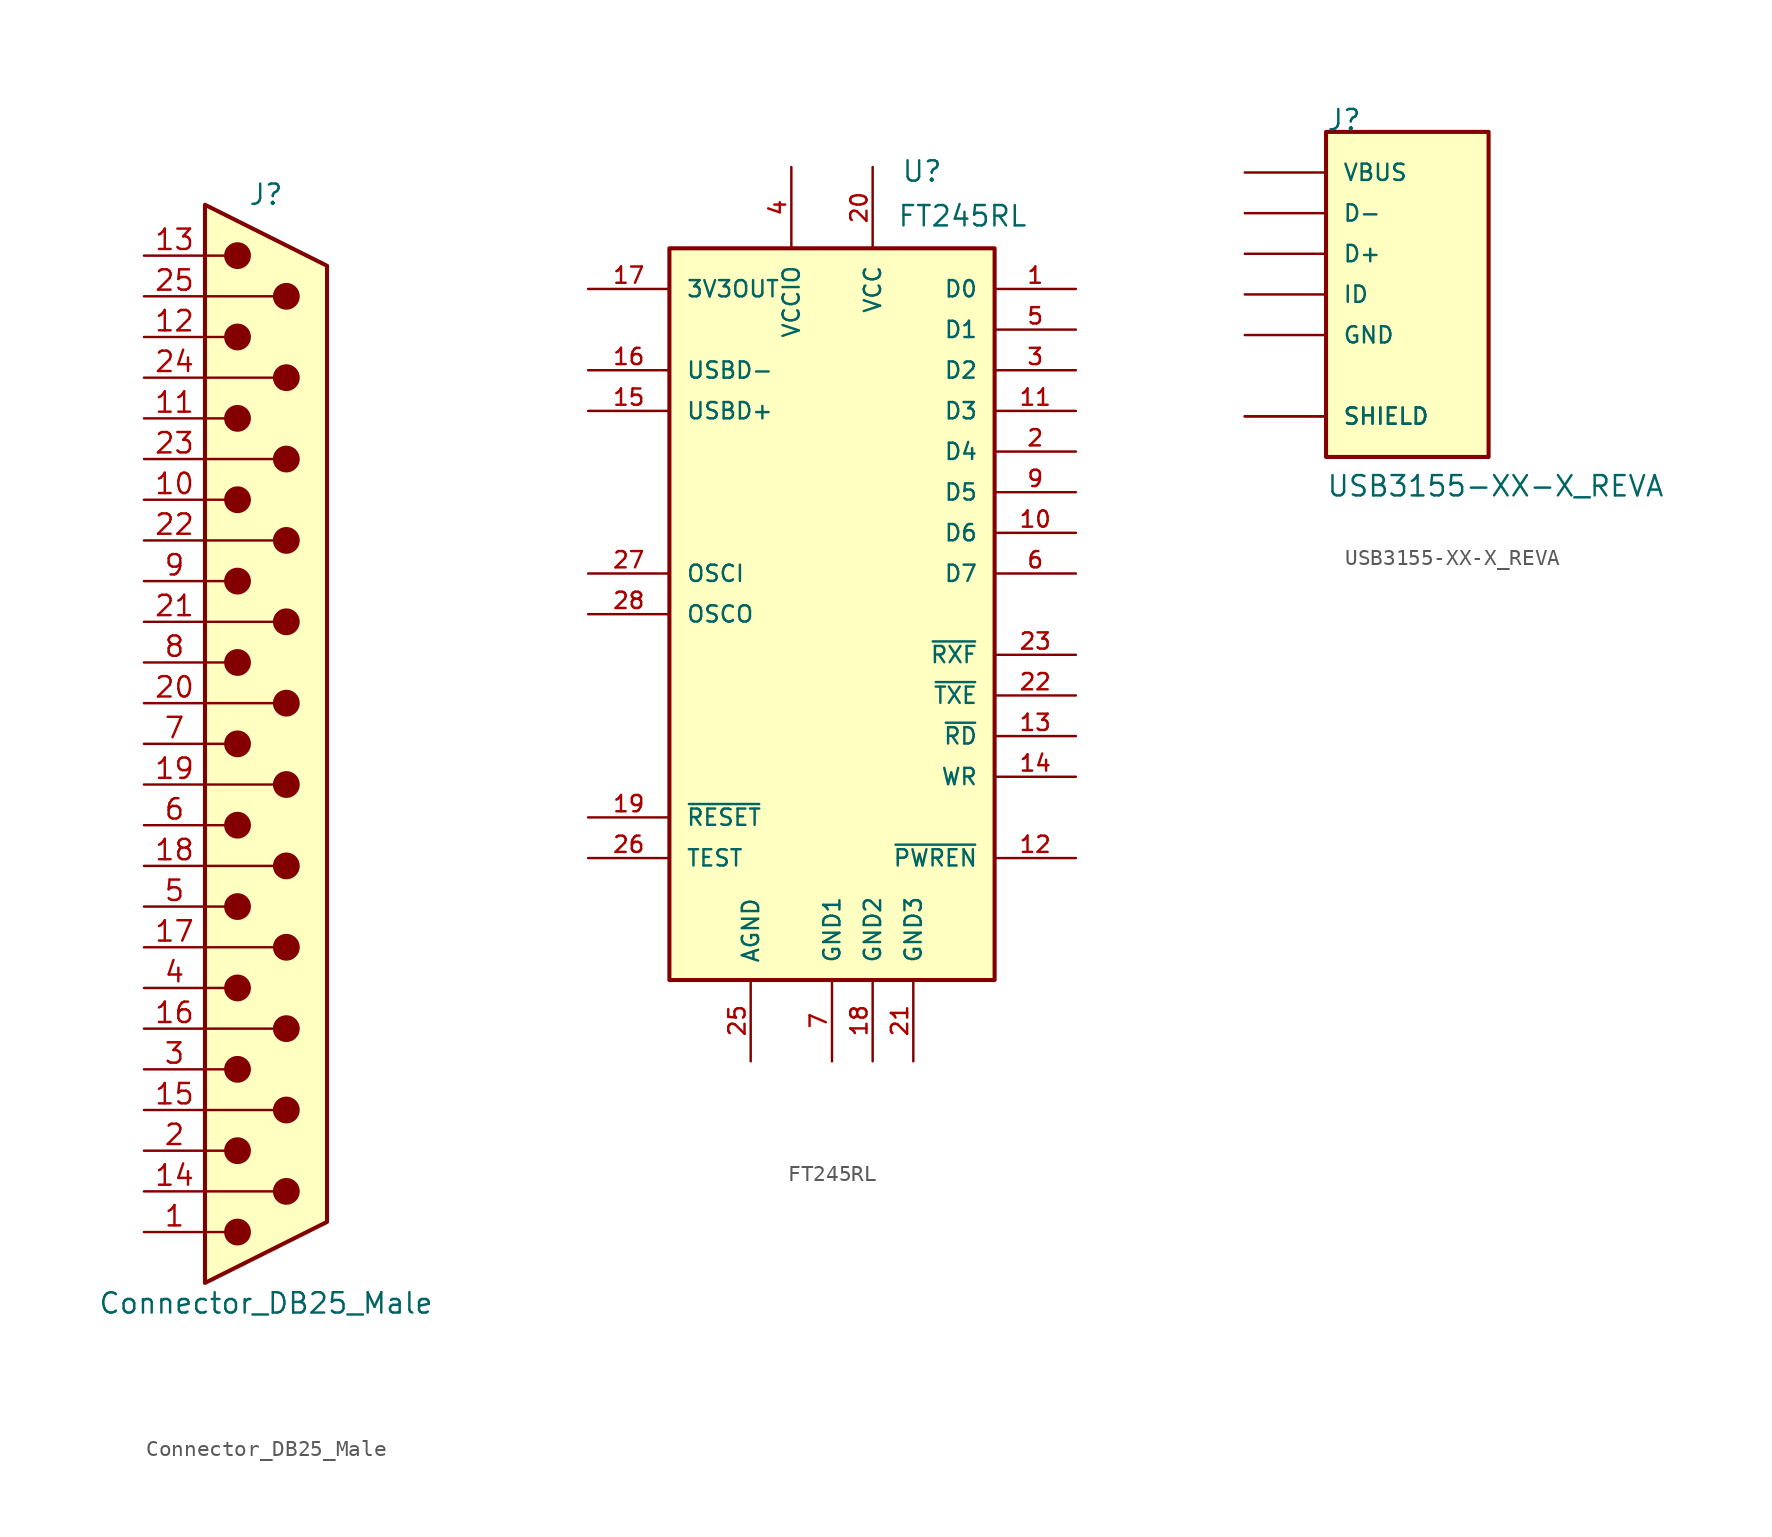
<source format=kicad_sym>
(kicad_symbol_lib
  (version 20211014)
  (generator kicad_symbol_editor)
  (symbol "Connector_DB25_Male"
    (pin_names
      (offset 1.016) hide)
    (property "Reference" "J"
      (at 0 34.29 0)
      (effects (font (size 1.27 1.27))))
    (property "Value" "Connector_DB25_Male"
      (at 0 -34.925 0)
      (effects (font (size 1.27 1.27))))
    (symbol "Connector_DB25_Male_0_1"
      (circle (center -1.778 -30.48) (radius 0.762) (stroke (width 0) (type default) (color 0 0 0 0)) (fill (type outline)))
      (circle (center -1.778 -25.4) (radius 0.762) (stroke (width 0) (type default) (color 0 0 0 0)) (fill (type outline)))
      (circle (center -1.778 -20.32) (radius 0.762) (stroke (width 0) (type default) (color 0 0 0 0)) (fill (type outline)))
      (circle (center -1.778 -15.24) (radius 0.762) (stroke (width 0) (type default) (color 0 0 0 0)) (fill (type outline)))
      (circle (center -1.778 -10.16) (radius 0.762) (stroke (width 0) (type default) (color 0 0 0 0)) (fill (type outline)))
      (circle (center -1.778 -5.08) (radius 0.762) (stroke (width 0) (type default) (color 0 0 0 0)) (fill (type outline)))
      (circle (center -1.778 0) (radius 0.762) (stroke (width 0) (type default) (color 0 0 0 0)) (fill (type outline)))
      (circle (center -1.778 5.08) (radius 0.762) (stroke (width 0) (type default) (color 0 0 0 0)) (fill (type outline)))
      (circle (center -1.778 10.16) (radius 0.762) (stroke (width 0) (type default) (color 0 0 0 0)) (fill (type outline)))
      (circle (center -1.778 15.24) (radius 0.762) (stroke (width 0) (type default) (color 0 0 0 0)) (fill (type outline)))
      (circle (center -1.778 20.32) (radius 0.762) (stroke (width 0) (type default) (color 0 0 0 0)) (fill (type outline)))
      (circle (center -1.778 25.4) (radius 0.762) (stroke (width 0) (type default) (color 0 0 0 0)) (fill (type outline)))
      (circle (center -1.778 30.48) (radius 0.762) (stroke (width 0) (type default) (color 0 0 0 0)) (fill (type outline)))
      (polyline (pts (xy -3.81 -30.48) (xy -2.54 -30.48)) (stroke (width 0) (type default) (color 0 0 0 0)) (fill (type none)))
      (polyline (pts (xy -3.81 -27.94) (xy 0.508 -27.94)) (stroke (width 0) (type default) (color 0 0 0 0)) (fill (type none)))
      (polyline (pts (xy -3.81 -25.4) (xy -2.54 -25.4)) (stroke (width 0) (type default) (color 0 0 0 0)) (fill (type none)))
      (polyline (pts (xy -3.81 -22.86) (xy 0.508 -22.86)) (stroke (width 0) (type default) (color 0 0 0 0)) (fill (type none)))
      (polyline (pts (xy -3.81 -20.32) (xy -2.54 -20.32)) (stroke (width 0) (type default) (color 0 0 0 0)) (fill (type none)))
      (polyline (pts (xy -3.81 -17.78) (xy 0.508 -17.78)) (stroke (width 0) (type default) (color 0 0 0 0)) (fill (type none)))
      (polyline (pts (xy -3.81 -15.24) (xy -2.54 -15.24)) (stroke (width 0) (type default) (color 0 0 0 0)) (fill (type none)))
      (polyline (pts (xy -3.81 -12.7) (xy 0.508 -12.7)) (stroke (width 0) (type default) (color 0 0 0 0)) (fill (type none)))
      (polyline (pts (xy -3.81 -10.16) (xy -2.54 -10.16)) (stroke (width 0) (type default) (color 0 0 0 0)) (fill (type none)))
      (polyline (pts (xy -3.81 -7.62) (xy 0.508 -7.62)) (stroke (width 0) (type default) (color 0 0 0 0)) (fill (type none)))
      (polyline (pts (xy -3.81 -5.08) (xy -2.54 -5.08)) (stroke (width 0) (type default) (color 0 0 0 0)) (fill (type none)))
      (polyline (pts (xy -3.81 -2.54) (xy 0.508 -2.54)) (stroke (width 0) (type default) (color 0 0 0 0)) (fill (type none)))
      (polyline (pts (xy -3.81 0) (xy -2.54 0)) (stroke (width 0) (type default) (color 0 0 0 0)) (fill (type none)))
      (polyline (pts (xy -3.81 2.54) (xy 0.508 2.54)) (stroke (width 0) (type default) (color 0 0 0 0)) (fill (type none)))
      (polyline (pts (xy -3.81 5.08) (xy -2.54 5.08)) (stroke (width 0) (type default) (color 0 0 0 0)) (fill (type none)))
      (polyline (pts (xy -3.81 7.62) (xy 0.508 7.62)) (stroke (width 0) (type default) (color 0 0 0 0)) (fill (type none)))
      (polyline (pts (xy -3.81 10.16) (xy -2.54 10.16)) (stroke (width 0) (type default) (color 0 0 0 0)) (fill (type none)))
      (polyline (pts (xy -3.81 12.7) (xy 0.508 12.7)) (stroke (width 0) (type default) (color 0 0 0 0)) (fill (type none)))
      (polyline (pts (xy -3.81 15.24) (xy -2.54 15.24)) (stroke (width 0) (type default) (color 0 0 0 0)) (fill (type none)))
      (polyline (pts (xy -3.81 17.78) (xy 0.508 17.78)) (stroke (width 0) (type default) (color 0 0 0 0)) (fill (type none)))
      (polyline (pts (xy -3.81 20.32) (xy -2.54 20.32)) (stroke (width 0) (type default) (color 0 0 0 0)) (fill (type none)))
      (polyline (pts (xy -3.81 22.86) (xy 0.508 22.86)) (stroke (width 0) (type default) (color 0 0 0 0)) (fill (type none)))
      (polyline (pts (xy -3.81 25.4) (xy -2.54 25.4)) (stroke (width 0) (type default) (color 0 0 0 0)) (fill (type none)))
      (polyline (pts (xy -3.81 27.94) (xy 0.508 27.94)) (stroke (width 0) (type default) (color 0 0 0 0)) (fill (type none)))
      (polyline (pts (xy -3.81 30.48) (xy -2.54 30.48)) (stroke (width 0) (type default) (color 0 0 0 0)) (fill (type none)))
      (polyline (pts (xy -3.81 -33.655) (xy 3.81 -29.845) (xy 3.81 29.845) (xy -3.81 33.655) (xy -3.81 -33.655)) (stroke (width 0.254) (type default) (color 0 0 0 0)) (fill (type background)))
      (circle (center 1.27 -27.94) (radius 0.762) (stroke (width 0) (type default) (color 0 0 0 0)) (fill (type outline)))
      (circle (center 1.27 -22.86) (radius 0.762) (stroke (width 0) (type default) (color 0 0 0 0)) (fill (type outline)))
      (circle (center 1.27 -17.78) (radius 0.762) (stroke (width 0) (type default) (color 0 0 0 0)) (fill (type outline)))
      (circle (center 1.27 -12.7) (radius 0.762) (stroke (width 0) (type default) (color 0 0 0 0)) (fill (type outline)))
      (circle (center 1.27 -7.62) (radius 0.762) (stroke (width 0) (type default) (color 0 0 0 0)) (fill (type outline)))
      (circle (center 1.27 -2.54) (radius 0.762) (stroke (width 0) (type default) (color 0 0 0 0)) (fill (type outline)))
      (circle (center 1.27 2.54) (radius 0.762) (stroke (width 0) (type default) (color 0 0 0 0)) (fill (type outline)))
      (circle (center 1.27 7.62) (radius 0.762) (stroke (width 0) (type default) (color 0 0 0 0)) (fill (type outline)))
      (circle (center 1.27 12.7) (radius 0.762) (stroke (width 0) (type default) (color 0 0 0 0)) (fill (type outline)))
      (circle (center 1.27 17.78) (radius 0.762) (stroke (width 0) (type default) (color 0 0 0 0)) (fill (type outline)))
      (circle (center 1.27 22.86) (radius 0.762) (stroke (width 0) (type default) (color 0 0 0 0)) (fill (type outline)))
      (circle (center 1.27 27.94) (radius 0.762) (stroke (width 0) (type default) (color 0 0 0 0)) (fill (type outline))))
    (symbol "Connector_DB25_Male_1_1"
      (pin passive line (at -7.62 -30.48 0) (length 3.81) (name "1" (effects (font (size 1.27 1.27)))) (number "1" (effects (font (size 1.27 1.27)))))
      (pin passive line (at -7.62 15.24 0) (length 3.81) (name "10" (effects (font (size 1.27 1.27)))) (number "10" (effects (font (size 1.27 1.27)))))
      (pin passive line (at -7.62 20.32 0) (length 3.81) (name "11" (effects (font (size 1.27 1.27)))) (number "11" (effects (font (size 1.27 1.27)))))
      (pin passive line (at -7.62 25.4 0) (length 3.81) (name "12" (effects (font (size 1.27 1.27)))) (number "12" (effects (font (size 1.27 1.27)))))
      (pin passive line (at -7.62 30.48 0) (length 3.81) (name "13" (effects (font (size 1.27 1.27)))) (number "13" (effects (font (size 1.27 1.27)))))
      (pin passive line (at -7.62 -27.94 0) (length 3.81) (name "P14" (effects (font (size 1.27 1.27)))) (number "14" (effects (font (size 1.27 1.27)))))
      (pin passive line (at -7.62 -22.86 0) (length 3.81) (name "P15" (effects (font (size 1.27 1.27)))) (number "15" (effects (font (size 1.27 1.27)))))
      (pin passive line (at -7.62 -17.78 0) (length 3.81) (name "P16" (effects (font (size 1.27 1.27)))) (number "16" (effects (font (size 1.27 1.27)))))
      (pin passive line (at -7.62 -12.7 0) (length 3.81) (name "P17" (effects (font (size 1.27 1.27)))) (number "17" (effects (font (size 1.27 1.27)))))
      (pin passive line (at -7.62 -7.62 0) (length 3.81) (name "P18" (effects (font (size 1.27 1.27)))) (number "18" (effects (font (size 1.27 1.27)))))
      (pin passive line (at -7.62 -2.54 0) (length 3.81) (name "P19" (effects (font (size 1.27 1.27)))) (number "19" (effects (font (size 1.27 1.27)))))
      (pin passive line (at -7.62 -25.4 0) (length 3.81) (name "2" (effects (font (size 1.27 1.27)))) (number "2" (effects (font (size 1.27 1.27)))))
      (pin passive line (at -7.62 2.54 0) (length 3.81) (name "P20" (effects (font (size 1.27 1.27)))) (number "20" (effects (font (size 1.27 1.27)))))
      (pin passive line (at -7.62 7.62 0) (length 3.81) (name "P21" (effects (font (size 1.27 1.27)))) (number "21" (effects (font (size 1.27 1.27)))))
      (pin passive line (at -7.62 12.7 0) (length 3.81) (name "P22" (effects (font (size 1.27 1.27)))) (number "22" (effects (font (size 1.27 1.27)))))
      (pin passive line (at -7.62 17.78 0) (length 3.81) (name "P23" (effects (font (size 1.27 1.27)))) (number "23" (effects (font (size 1.27 1.27)))))
      (pin passive line (at -7.62 22.86 0) (length 3.81) (name "P24" (effects (font (size 1.27 1.27)))) (number "24" (effects (font (size 1.27 1.27)))))
      (pin passive line (at -7.62 27.94 0) (length 3.81) (name "P25" (effects (font (size 1.27 1.27)))) (number "25" (effects (font (size 1.27 1.27)))))
      (pin passive line (at -7.62 -20.32 0) (length 3.81) (name "3" (effects (font (size 1.27 1.27)))) (number "3" (effects (font (size 1.27 1.27)))))
      (pin passive line (at -7.62 -15.24 0) (length 3.81) (name "4" (effects (font (size 1.27 1.27)))) (number "4" (effects (font (size 1.27 1.27)))))
      (pin passive line (at -7.62 -10.16 0) (length 3.81) (name "5" (effects (font (size 1.27 1.27)))) (number "5" (effects (font (size 1.27 1.27)))))
      (pin passive line (at -7.62 -5.08 0) (length 3.81) (name "6" (effects (font (size 1.27 1.27)))) (number "6" (effects (font (size 1.27 1.27)))))
      (pin passive line (at -7.62 0 0) (length 3.81) (name "7" (effects (font (size 1.27 1.27)))) (number "7" (effects (font (size 1.27 1.27)))))
      (pin passive line (at -7.62 5.08 0) (length 3.81) (name "8" (effects (font (size 1.27 1.27)))) (number "8" (effects (font (size 1.27 1.27)))))
      (pin passive line (at -7.62 10.16 0) (length 3.81) (name "9" (effects (font (size 1.27 1.27)))) (number "9" (effects (font (size 1.27 1.27)))))))
  (symbol "FT245RL"
    (pin_names
      (offset 1.016))
    (property "Reference" "U"
      (at 4.318 26.924 0)
      (effects (font (size 1.27 1.27)) (justify left bottom)))
    (property "Value" "FT245RL"
      (at 4.064 24.13 0)
      (effects (font (size 1.27 1.27)) (justify left bottom)))
    (symbol "FT245RL_0_0"
      (rectangle (start -10.16 22.86) (end 10.16 -22.86) (stroke (width 0.254) (type default) (color 0 0 0 0)) (fill (type background)))
      (pin bidirectional line (at 15.24 20.32 180) (length 5.08) (name "D0" (effects (font (size 1.016 1.016)))) (number "1" (effects (font (size 1.016 1.016)))))
      (pin bidirectional line (at 15.24 5.08 180) (length 5.08) (name "D6" (effects (font (size 1.016 1.016)))) (number "10" (effects (font (size 1.016 1.016)))))
      (pin bidirectional line (at 15.24 12.7 180) (length 5.08) (name "D3" (effects (font (size 1.016 1.016)))) (number "11" (effects (font (size 1.016 1.016)))))
      (pin output line (at 15.24 -15.24 180) (length 5.08) (name "~{PWREN}" (effects (font (size 1.016 1.016)))) (number "12" (effects (font (size 1.016 1.016)))))
      (pin input line (at 15.24 -7.62 180) (length 5.08) (name "~{RD}" (effects (font (size 1.016 1.016)))) (number "13" (effects (font (size 1.016 1.016)))))
      (pin input line (at 15.24 -10.16 180) (length 5.08) (name "WR" (effects (font (size 1.016 1.016)))) (number "14" (effects (font (size 1.016 1.016)))))
      (pin bidirectional line (at -15.24 12.7 0) (length 5.08) (name "USBD+" (effects (font (size 1.016 1.016)))) (number "15" (effects (font (size 1.016 1.016)))))
      (pin bidirectional line (at -15.24 15.24 0) (length 5.08) (name "USBD-" (effects (font (size 1.016 1.016)))) (number "16" (effects (font (size 1.016 1.016)))))
      (pin power_out line (at -15.24 20.32 0) (length 5.08) (name "3V3OUT" (effects (font (size 1.016 1.016)))) (number "17" (effects (font (size 1.016 1.016)))))
      (pin power_in line (at 2.54 -27.94 90) (length 5.08) (name "GND2" (effects (font (size 1.016 1.016)))) (number "18" (effects (font (size 1.016 1.016)))))
      (pin input line (at -15.24 -12.7 0) (length 5.08) (name "~{RESET}" (effects (font (size 1.016 1.016)))) (number "19" (effects (font (size 1.016 1.016)))))
      (pin bidirectional line (at 15.24 10.16 180) (length 5.08) (name "D4" (effects (font (size 1.016 1.016)))) (number "2" (effects (font (size 1.016 1.016)))))
      (pin power_in line (at 2.54 27.94 270) (length 5.08) (name "VCC" (effects (font (size 1.016 1.016)))) (number "20" (effects (font (size 1.016 1.016)))))
      (pin power_in line (at 5.08 -27.94 90) (length 5.08) (name "GND3" (effects (font (size 1.016 1.016)))) (number "21" (effects (font (size 1.016 1.016)))))
      (pin output line (at 15.24 -5.08 180) (length 5.08) (name "~{TXE}" (effects (font (size 1.016 1.016)))) (number "22" (effects (font (size 1.016 1.016)))))
      (pin bidirectional line (at 15.24 -2.54 180) (length 5.08) (name "~{RXF}" (effects (font (size 1.016 1.016)))) (number "23" (effects (font (size 1.016 1.016)))))
      (pin power_in line (at -5.08 -27.94 90) (length 5.08) (name "AGND" (effects (font (size 1.016 1.016)))) (number "25" (effects (font (size 1.016 1.016)))))
      (pin input line (at -15.24 -15.24 0) (length 5.08) (name "TEST" (effects (font (size 1.016 1.016)))) (number "26" (effects (font (size 1.016 1.016)))))
      (pin input line (at -15.24 2.54 0) (length 5.08) (name "OSCI" (effects (font (size 1.016 1.016)))) (number "27" (effects (font (size 1.016 1.016)))))
      (pin output line (at -15.24 0 0) (length 5.08) (name "OSCO" (effects (font (size 1.016 1.016)))) (number "28" (effects (font (size 1.016 1.016)))))
      (pin bidirectional line (at 15.24 15.24 180) (length 5.08) (name "D2" (effects (font (size 1.016 1.016)))) (number "3" (effects (font (size 1.016 1.016)))))
      (pin power_in line (at -2.54 27.94 270) (length 5.08) (name "VCCIO" (effects (font (size 1.016 1.016)))) (number "4" (effects (font (size 1.016 1.016)))))
      (pin bidirectional line (at 15.24 17.78 180) (length 5.08) (name "D1" (effects (font (size 1.016 1.016)))) (number "5" (effects (font (size 1.016 1.016)))))
      (pin bidirectional line (at 15.24 2.54 180) (length 5.08) (name "D7" (effects (font (size 1.016 1.016)))) (number "6" (effects (font (size 1.016 1.016)))))
      (pin power_in line (at 0 -27.94 90) (length 5.08) (name "GND1" (effects (font (size 1.016 1.016)))) (number "7" (effects (font (size 1.016 1.016)))))
      (pin bidirectional line (at 15.24 7.62 180) (length 5.08) (name "D5" (effects (font (size 1.016 1.016)))) (number "9" (effects (font (size 1.016 1.016)))))))
  (symbol "USB3155-XX-X_REVA"
    (pin_numbers hide)
    (pin_names
      (offset 1.016))
    (property "Reference" "J"
      (at -5.08 10.16 0)
      (effects (font (size 1.27 1.27)) (justify left bottom)))
    (property "Value" "USB3155-XX-X_REVA"
      (at -5.08 -12.725 0)
      (effects (font (size 1.27 1.27)) (justify left bottom)))
    (property "ki_locked" ""
      (at 0 0 0)
      (effects (font (size 1.27 1.27))))
    (symbol "USB3155-XX-X_REVA_0_0"
      (rectangle (start -5.08 -10.16) (end 5.08 10.16) (stroke (width 0.254) (type default) (color 0 0 0 0)) (fill (type background)))
      (pin power_in line (at -10.16 7.62 0) (length 5.08) (name "VBUS" (effects (font (size 1.016 1.016)))) (number "1" (effects (font (size 1.016 1.016)))))
      (pin bidirectional line (at -10.16 5.08 0) (length 5.08) (name "D-" (effects (font (size 1.016 1.016)))) (number "2" (effects (font (size 1.016 1.016)))))
      (pin bidirectional line (at -10.16 2.54 0) (length 5.08) (name "D+" (effects (font (size 1.016 1.016)))) (number "3" (effects (font (size 1.016 1.016)))))
      (pin passive line (at -10.16 0 0) (length 5.08) (name "ID" (effects (font (size 1.016 1.016)))) (number "4" (effects (font (size 1.016 1.016)))))
      (pin power_in line (at -10.16 -2.54 0) (length 5.08) (name "GND" (effects (font (size 1.016 1.016)))) (number "5" (effects (font (size 1.016 1.016)))))
      (pin passive line (at -10.16 -7.62 0) (length 5.08) (name "SHIELD" (effects (font (size 1.016 1.016)))) (number "S" (effects (font (size 1.016 1.016)))))
      (pin passive line (at -10.16 -7.62 0) (length 5.08) (name "SHIELD" (effects (font (size 1.016 1.016)))) (number "S" (effects (font (size 1.016 1.016))))))))
</source>
